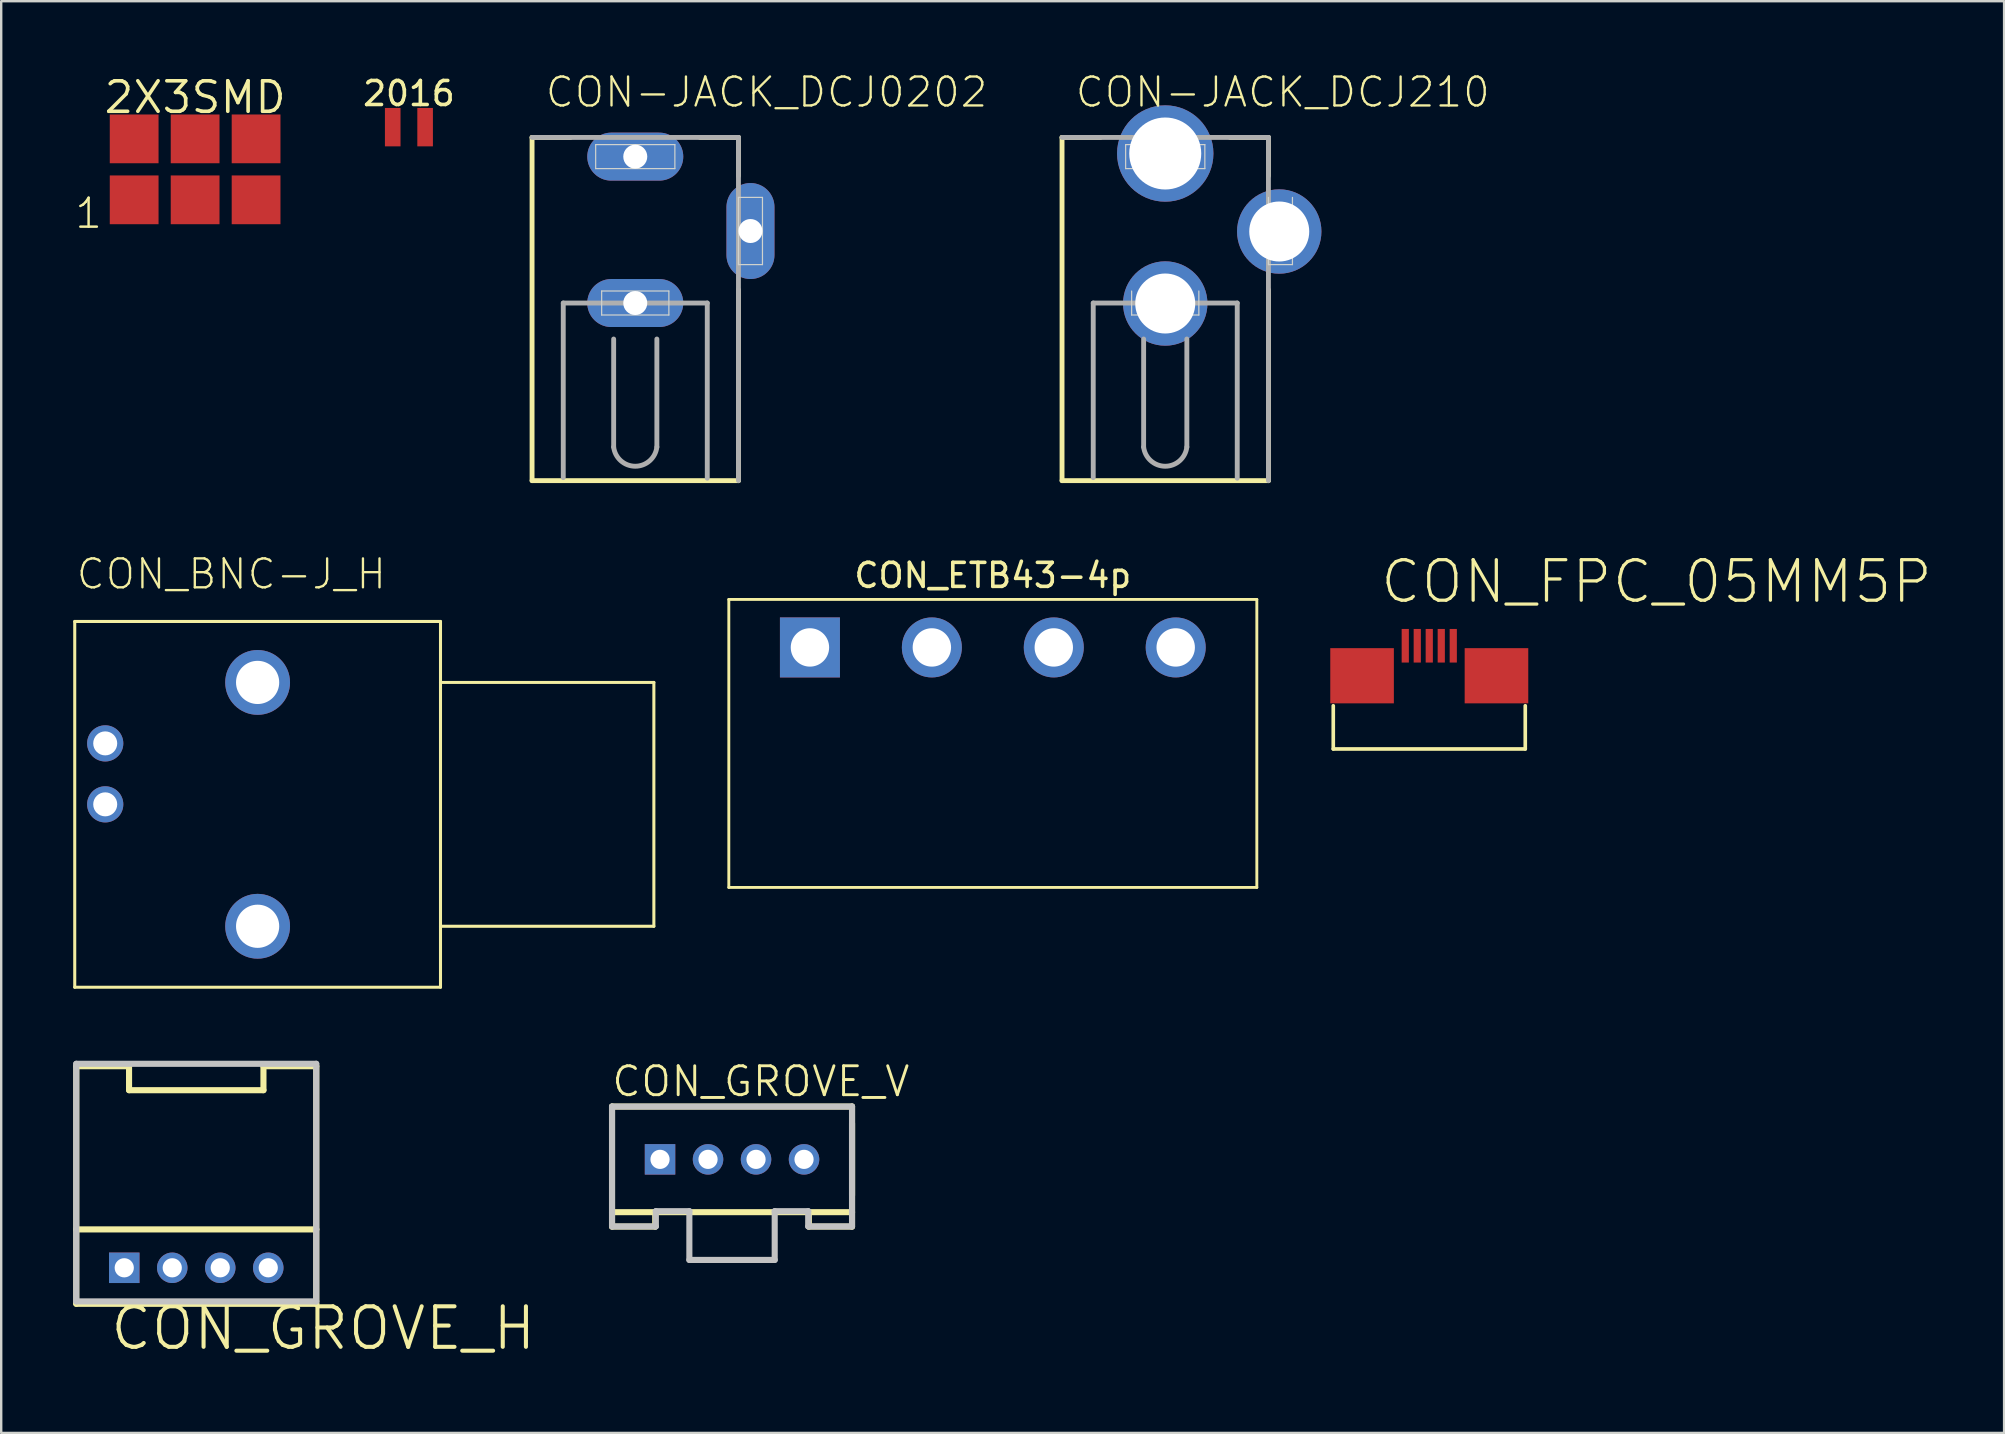
<source format=kicad_pcb>
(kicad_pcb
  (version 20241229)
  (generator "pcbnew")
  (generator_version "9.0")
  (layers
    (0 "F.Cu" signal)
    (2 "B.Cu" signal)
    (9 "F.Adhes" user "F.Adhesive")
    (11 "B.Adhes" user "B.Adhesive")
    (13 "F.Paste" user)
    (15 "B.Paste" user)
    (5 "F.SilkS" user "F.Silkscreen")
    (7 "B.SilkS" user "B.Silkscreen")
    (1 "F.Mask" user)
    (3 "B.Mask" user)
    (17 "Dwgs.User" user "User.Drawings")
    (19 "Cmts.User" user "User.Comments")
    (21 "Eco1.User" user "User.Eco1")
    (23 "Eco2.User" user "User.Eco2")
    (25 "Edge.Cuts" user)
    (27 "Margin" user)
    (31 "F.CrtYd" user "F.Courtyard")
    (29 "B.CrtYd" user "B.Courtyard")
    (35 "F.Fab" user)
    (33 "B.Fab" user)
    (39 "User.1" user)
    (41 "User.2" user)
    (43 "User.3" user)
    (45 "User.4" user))
  (footprint "CON-JACK_DCJ210"
    (layer "F.Cu")
    (at 45.501 7.846)
    (property "Reference" "CON-JACK_DCJ210" (at -3.81 -6.35 0) (layer "F.SilkS") (effects (font (size 1.206 1.206) (thickness 0.097)) (justify left bottom)))
    (attr through_hole)
    (fp_line (start -4.3 -5.17) (end -4.3 9.13) (stroke (width 0.203) (type solid)) (layer "F.SilkS"))
    (fp_line (start -4.3 9.13) (end 4.3 9.13) (stroke (width 0.203) (type solid)) (layer "F.SilkS"))
    (fp_line (start -2.7 -5.17) (end -4.3 -5.17) (stroke (width 0.203) (type solid)) (layer "F.SilkS"))
    (fp_line (start 4.3 -5.17) (end 2.7 -5.17) (stroke (width 0.203) (type solid)) (layer "F.SilkS"))
    (fp_line (start 4.3 -3.57) (end 4.3 -5.17) (stroke (width 0.203) (type solid)) (layer "F.SilkS"))
    (fp_line (start 4.3 9.13) (end 4.3 1.18) (stroke (width 0.203) (type solid)) (layer "F.SilkS"))
    (fp_line (start -1.65 -4.87) (end 1.65 -4.87) (stroke (width 0.05) (type solid)) (layer "Edge.Cuts"))
    (fp_line (start -1.65 -3.87) (end -1.65 -4.87) (stroke (width 0.05) (type solid)) (layer "Edge.Cuts"))
    (fp_line (start -1.4 2.23) (end -1.4 1.23) (stroke (width 0.05) (type solid)) (layer "Edge.Cuts"))
    (fp_line (start 1.4 1.23) (end 1.4 2.23) (stroke (width 0.05) (type solid)) (layer "Edge.Cuts"))
    (fp_line (start 1.4 2.23) (end -1.4 2.23) (stroke (width 0.05) (type solid)) (layer "Edge.Cuts"))
    (fp_line (start 1.65 -4.87) (end 1.65 -3.87) (stroke (width 0.05) (type solid)) (layer "Edge.Cuts"))
    (fp_line (start 1.65 -3.87) (end -1.65 -3.87) (stroke (width 0.05) (type solid)) (layer "Edge.Cuts"))
    (fp_line (start 4.3 -2.67) (end 4.3 0.13) (stroke (width 0.05) (type solid)) (layer "Edge.Cuts"))
    (fp_line (start 4.3 0.13) (end 5.3 0.13) (stroke (width 0.05) (type solid)) (layer "Edge.Cuts"))
    (fp_line (start 5.3 0.13) (end 5.3 -2.67) (stroke (width 0.05) (type solid)) (layer "Edge.Cuts"))
    (fp_line (start -3 9.005) (end -3 1.73) (stroke (width 0.203) (type solid)) (layer "F.Fab"))
    (fp_line (start -0.9 7.73) (end -0.9 3.23) (stroke (width 0.203) (type solid)) (layer "F.Fab"))
    (fp_line (start 0.9 7.73) (end 0.9 3.23) (stroke (width 0.203) (type solid)) (layer "F.Fab"))
    (fp_line (start 3 1.73) (end -3 1.73) (stroke (width 0.203) (type solid)) (layer "F.Fab"))
    (fp_line (start 3 9.03) (end 3 1.73) (stroke (width 0.203) (type solid)) (layer "F.Fab"))
    (fp_line (start 4.3 -5.17) (end -4.3 -5.17) (stroke (width 0.203) (type solid)) (layer "F.Fab"))
    (fp_line (start 4.3 9.13) (end 4.3 -5.17) (stroke (width 0.203) (type solid)) (layer "F.Fab"))
    (fp_arc (start 0.9 7.729998) (mid 0.000001 8.530308) (end -0.9 7.73) (stroke (width 0.2032) (type solid)) (layer "F.Fab"))
    (pad "1" thru_hole circle (at 0 -4.5) (size 4.016 4.016) (drill 3) (layers "*.Cu" "*.Mask"))
    (pad "2" thru_hole circle (at 4.75 -1.25) (size 3.516 3.516) (drill 2.5) (layers "*.Cu" "*.Mask"))
    (pad "3" thru_hole circle (at 0 1.75) (size 3.516 3.516) (drill 2.5) (layers "*.Cu" "*.Mask")))
  (footprint "CON_BNC-J_H"
    (layer "F.Cu")
    (at 7.684 30.464)
    (property "Reference" "CON_BNC-J_H" (at -7.62 -8.89 0) (layer "F.SilkS") (effects (font (size 1.206 1.206) (thickness 0.097)) (justify left bottom)))
    (attr through_hole)
    (fp_line (start -7.62 -7.62) (end 7.62 -7.62) (stroke (width 0.127) (type solid)) (layer "F.SilkS"))
    (fp_line (start -7.62 7.62) (end -7.62 -7.62) (stroke (width 0.127) (type solid)) (layer "F.SilkS"))
    (fp_line (start 7.62 -7.62) (end 7.62 -5.08) (stroke (width 0.127) (type solid)) (layer "F.SilkS"))
    (fp_line (start 7.62 -5.08) (end 7.62 5.08) (stroke (width 0.127) (type solid)) (layer "F.SilkS"))
    (fp_line (start 7.62 -5.08) (end 16.51 -5.08) (stroke (width 0.127) (type solid)) (layer "F.SilkS"))
    (fp_line (start 7.62 5.08) (end 7.62 7.62) (stroke (width 0.127) (type solid)) (layer "F.SilkS"))
    (fp_line (start 7.62 7.62) (end -7.62 7.62) (stroke (width 0.127) (type solid)) (layer "F.SilkS"))
    (fp_line (start 16.51 -5.08) (end 16.51 5.08) (stroke (width 0.127) (type solid)) (layer "F.SilkS"))
    (fp_line (start 16.51 5.08) (end 7.62 5.08) (stroke (width 0.127) (type solid)) (layer "F.SilkS"))
    (pad "B1" thru_hole circle (at 0 -5.08) (size 2.7 2.7) (drill 1.8) (layers "*.Cu" "*.Mask"))
    (pad "B2" thru_hole circle (at 0 5.08) (size 2.7 2.7) (drill 1.8) (layers "*.Cu" "*.Mask"))
    (pad "GND" thru_hole circle (at -6.35 -2.54) (size 1.508 1.508) (drill 1) (layers "*.Cu" "*.Mask"))
    (pad "SIG" thru_hole circle (at -6.35 0) (size 1.508 1.508) (drill 1) (layers "*.Cu" "*.Mask")))
  (footprint "CON_ETB43-4p"
    (layer "F.Cu")
    (at 38.317 23.926)
    (property "Reference" "CON_ETB43-4p" (at 0 -3 0) (layer "F.SilkS") (effects (font (size 1 1) (thickness 0.15))))
    (attr through_hole)
    (fp_line (start -11 -2) (end 11 -2) (stroke (width 0.12) (type solid)) (layer "F.SilkS"))
    (fp_line (start -11 10) (end -11 -2) (stroke (width 0.12) (type solid)) (layer "F.SilkS"))
    (fp_line (start 11 -2) (end 11 10) (stroke (width 0.12) (type solid)) (layer "F.SilkS"))
    (fp_line (start 11 10) (end -11 10) (stroke (width 0.12) (type solid)) (layer "F.SilkS"))
    (pad "1" thru_hole rect (at -7.62 0) (size 2.5 2.5) (drill 1.6) (layers "*.Cu" "*.Mask"))
    (pad "2" thru_hole circle (at -2.54 0) (size 2.5 2.5) (drill 1.6) (layers "*.Cu" "*.Mask"))
    (pad "3" thru_hole circle (at 2.54 0) (size 2.5 2.5) (drill 1.6) (layers "*.Cu" "*.Mask"))
    (pad "4" thru_hole circle (at 7.62 0) (size 2.5 2.5) (drill 1.6) (layers "*.Cu" "*.Mask")))
  (footprint "2X3SMD"
    (layer "F.Cu")
    (at 5.08 4.006)
    (property "Reference" "2X3SMD" (at 0 -3 0) (layer "F.SilkS") (effects (font (size 1.27 1.27) (thickness 0.15))))
    (attr smd)
    (fp_text user "1" (at -5.08 2.54 0) (layer "F.SilkS") (effects (font (size 1.206 1.206) (thickness 0.102)) (justify left bottom)))
    (pad "1" smd rect (at -2.54 1.27) (size 2.032 2.032) (layers "F.Cu" "F.Mask"))
    (pad "2" smd rect (at -2.54 -1.27) (size 2.032 2.032) (layers "F.Cu" "F.Mask"))
    (pad "3" smd rect (at 0 1.27) (size 2.032 2.032) (layers "F.Cu" "F.Mask"))
    (pad "4" smd rect (at 0 -1.27) (size 2.032 2.032) (layers "F.Cu" "F.Mask"))
    (pad "5" smd rect (at 2.54 1.27) (size 2.032 2.032) (layers "F.Cu" "F.Mask"))
    (pad "6" smd rect (at 2.54 -1.27) (size 2.032 2.032) (layers "F.Cu" "F.Mask")))
  (footprint "CON_GROVE_H"
    (layer "F.Cu")
    (at 5.127 49.774)
    (property "Reference" "CON_GROVE_H" (at -3.667 3.508 0) (layer "F.SilkS") (effects (font (size 1.689 1.689) (thickness 0.169)) (justify left bottom)))
    (attr through_hole)
    (fp_line (start -5 -8.4) (end -5 -1.6) (stroke (width 0.254) (type solid)) (layer "F.SilkS"))
    (fp_line (start -5 -8.4) (end -2.8 -8.4) (stroke (width 0.254) (type solid)) (layer "F.SilkS"))
    (fp_line (start -5 -1.6) (end -5 1.5) (stroke (width 0.254) (type solid)) (layer "F.SilkS"))
    (fp_line (start -5 -1.6) (end 5 -1.6) (stroke (width 0.254) (type solid)) (layer "F.SilkS"))
    (fp_line (start -5 -1) (end -5 1) (stroke (width 0.127) (type solid)) (layer "F.SilkS"))
    (fp_line (start -5 1.5) (end 5 1.5) (stroke (width 0.254) (type solid)) (layer "F.SilkS"))
    (fp_line (start -2.8 -8.4) (end -2.8 -7.4) (stroke (width 0.254) (type solid)) (layer "F.SilkS"))
    (fp_line (start -2.8 -7.4) (end 2.8 -7.4) (stroke (width 0.254) (type solid)) (layer "F.SilkS"))
    (fp_line (start 2.8 -8.4) (end 5 -8.4) (stroke (width 0.254) (type solid)) (layer "F.SilkS"))
    (fp_line (start 2.8 -7.4) (end 2.8 -8.4) (stroke (width 0.254) (type solid)) (layer "F.SilkS"))
    (fp_line (start 5 -1.6) (end 5 -8.4) (stroke (width 0.254) (type solid)) (layer "F.SilkS"))
    (fp_line (start 5 1.5) (end 5 -1.6) (stroke (width 0.254) (type solid)) (layer "F.SilkS"))
    (fp_line (start -5 -8.5) (end 5 -8.5) (stroke (width 0.254) (type solid)) (layer "Dwgs.User"))
    (fp_line (start -5 1.4) (end -5 -8.5) (stroke (width 0.254) (type solid)) (layer "Dwgs.User"))
    (fp_line (start 5 -8.5) (end 5 1.4) (stroke (width 0.254) (type solid)) (layer "Dwgs.User"))
    (fp_line (start 5 1.4) (end -5 1.4) (stroke (width 0.254) (type solid)) (layer "Dwgs.User"))
    (pad "1" thru_hole rect (at -3 0) (size 1.27 1.27) (drill 0.8) (layers "*.Cu" "*.Mask"))
    (pad "2" thru_hole circle (at -1 0) (size 1.27 1.27) (drill 0.8) (layers "*.Cu" "*.Mask"))
    (pad "3" thru_hole circle (at 1 0) (size 1.27 1.27) (drill 0.8) (layers "*.Cu" "*.Mask"))
    (pad "4" thru_hole circle (at 3 0) (size 1.27 1.27) (drill 0.8) (layers "*.Cu" "*.Mask")))
  (footprint "CON-JACK_DCJ0202"
    (layer "F.Cu")
    (at 23.419 6.576)
    (property "Reference" "CON-JACK_DCJ0202" (at -3.81 -5.08 0) (layer "F.SilkS") (effects (font (size 1.206 1.206) (thickness 0.097)) (justify left bottom)))
    (attr through_hole)
    (fp_line (start -4.3 -3.9) (end -4.3 10.4) (stroke (width 0.203) (type solid)) (layer "F.SilkS"))
    (fp_line (start -4.3 10.4) (end 4.3 10.4) (stroke (width 0.203) (type solid)) (layer "F.SilkS"))
    (fp_line (start -2.7 -3.9) (end -4.3 -3.9) (stroke (width 0.203) (type solid)) (layer "F.SilkS"))
    (fp_line (start 4.3 -3.9) (end 2.7 -3.9) (stroke (width 0.203) (type solid)) (layer "F.SilkS"))
    (fp_line (start 4.3 -2.3) (end 4.3 -3.9) (stroke (width 0.203) (type solid)) (layer "F.SilkS"))
    (fp_line (start 4.3 10.4) (end 4.3 2.45) (stroke (width 0.203) (type solid)) (layer "F.SilkS"))
    (fp_line (start -1.65 -3.6) (end 1.65 -3.6) (stroke (width 0.05) (type solid)) (layer "Edge.Cuts"))
    (fp_line (start -1.65 -2.6) (end -1.65 -3.6) (stroke (width 0.05) (type solid)) (layer "Edge.Cuts"))
    (fp_line (start -1.4 2.5) (end 1.4 2.5) (stroke (width 0.05) (type solid)) (layer "Edge.Cuts"))
    (fp_line (start -1.4 3.5) (end -1.4 2.5) (stroke (width 0.05) (type solid)) (layer "Edge.Cuts"))
    (fp_line (start 1.4 2.5) (end 1.4 3.5) (stroke (width 0.05) (type solid)) (layer "Edge.Cuts"))
    (fp_line (start 1.4 3.5) (end -1.4 3.5) (stroke (width 0.05) (type solid)) (layer "Edge.Cuts"))
    (fp_line (start 1.65 -3.6) (end 1.65 -2.6) (stroke (width 0.05) (type solid)) (layer "Edge.Cuts"))
    (fp_line (start 1.65 -2.6) (end -1.65 -2.6) (stroke (width 0.05) (type solid)) (layer "Edge.Cuts"))
    (fp_line (start 4.3 -1.4) (end 4.3 1.4) (stroke (width 0.05) (type solid)) (layer "Edge.Cuts"))
    (fp_line (start 4.3 1.4) (end 5.3 1.4) (stroke (width 0.05) (type solid)) (layer "Edge.Cuts"))
    (fp_line (start 5.3 -1.4) (end 4.3 -1.4) (stroke (width 0.05) (type solid)) (layer "Edge.Cuts"))
    (fp_line (start 5.3 1.4) (end 5.3 -1.4) (stroke (width 0.05) (type solid)) (layer "Edge.Cuts"))
    (fp_line (start -3 10.275) (end -3 3) (stroke (width 0.203) (type solid)) (layer "F.Fab"))
    (fp_line (start -0.9 9) (end -0.9 4.5) (stroke (width 0.203) (type solid)) (layer "F.Fab"))
    (fp_line (start 0.9 9) (end 0.9 4.5) (stroke (width 0.203) (type solid)) (layer "F.Fab"))
    (fp_line (start 3 3) (end -3 3) (stroke (width 0.203) (type solid)) (layer "F.Fab"))
    (fp_line (start 3 10.3) (end 3 3) (stroke (width 0.203) (type solid)) (layer "F.Fab"))
    (fp_line (start 4.3 -3.9) (end -4.3 -3.9) (stroke (width 0.203) (type solid)) (layer "F.Fab"))
    (fp_line (start 4.3 10.4) (end 4.3 -3.9) (stroke (width 0.203) (type solid)) (layer "F.Fab"))
    (fp_arc (start 0.9 8.999998) (mid 0.000001 9.800308) (end -0.9 9) (stroke (width 0.2032) (type solid)) (layer "F.Fab"))
    (pad "1" thru_hole oval (at 0 -3.1 180) (size 4 2) (drill 1) (layers "*.Cu" "*.Mask"))
    (pad "2" thru_hole oval (at 4.8 0 90) (size 4 2) (drill 1) (layers "*.Cu" "*.Mask"))
    (pad "3" thru_hole oval (at 0 3 180) (size 4 2) (drill 1) (layers "*.Cu" "*.Mask")))
  (footprint "CON_FPC_05MM5P"
    (layer "F.Cu")
    (at 56.502 25.856)
    (property "Reference" "CON_FPC_05MM5P" (at -2.121 -3.684 0) (layer "F.SilkS") (effects (font (size 1.689 1.689) (thickness 0.135)) (justify left bottom)))
    (attr smd)
    (fp_line (start -4 2.3) (end -4 0.5) (stroke (width 0.152) (type solid)) (layer "F.SilkS"))
    (fp_line (start -4 2.3) (end 4 2.3) (stroke (width 0.152) (type solid)) (layer "F.SilkS"))
    (fp_line (start 4 2.3) (end 4 0.5) (stroke (width 0.152) (type solid)) (layer "F.SilkS"))
    (pad "1" smd rect (at -1 -2 180) (size 0.3 1.4) (layers "F.Cu" "F.Mask" "F.Paste"))
    (pad "2" smd rect (at -0.5 -2 180) (size 0.3 1.4) (layers "F.Cu" "F.Mask" "F.Paste"))
    (pad "3" smd rect (at 0 -2 180) (size 0.3 1.4) (layers "F.Cu" "F.Mask" "F.Paste"))
    (pad "4" smd rect (at 0.5 -2 180) (size 0.3 1.4) (layers "F.Cu" "F.Mask" "F.Paste"))
    (pad "5" smd rect (at 1 -2 180) (size 0.3 1.4) (layers "F.Cu" "F.Mask" "F.Paste"))
    (pad "BDY" smd rect (at -2.8 -0.75 180) (size 2.65 2.3) (layers "F.Cu" "F.Mask" "F.Paste"))
    (pad "BDY" smd rect (at 2.8 -0.75 180) (size 2.65 2.3) (layers "F.Cu" "F.Mask" "F.Paste")))
  (footprint "2016"
    (layer "F.Cu")
    (at 13.988 2.248)
    (property "Reference" "2016" (at 0 -1.4 0) (layer "F.SilkS") (effects (font (size 1 1) (thickness 0.15))))
    (attr through_hole)
    (pad "1" smd rect (at -0.675 0) (size 0.65 1.6) (layers "F.Cu" "F.Mask" "F.Paste"))
    (pad "2" smd rect (at 0.675 0) (size 0.65 1.6) (layers "F.Cu" "F.Mask" "F.Paste")))
  (footprint "CON_GROVE_V"
    (layer "F.Cu")
    (at 27.451 45.256)
    (property "Reference" "CON_GROVE_V" (at -5.08 -2.54 0) (layer "F.SilkS") (effects (font (size 1.206 1.206) (thickness 0.121)) (justify left bottom)))
    (attr through_hole)
    (fp_line (start -5 -2.2) (end -5 2.2) (stroke (width 0.254) (type solid)) (layer "F.SilkS"))
    (fp_line (start -5 -2.2) (end 5 -2.2) (stroke (width 0.254) (type solid)) (layer "F.SilkS"))
    (fp_line (start -5 -1) (end -5 1) (stroke (width 0.127) (type solid)) (layer "F.SilkS"))
    (fp_line (start -5 2.2) (end -5 2.8) (stroke (width 0.254) (type solid)) (layer "F.SilkS"))
    (fp_line (start -5 2.2) (end -3.2 2.2) (stroke (width 0.254) (type solid)) (layer "F.SilkS"))
    (fp_line (start -5 2.8) (end -3.2 2.8) (stroke (width 0.254) (type solid)) (layer "F.SilkS"))
    (fp_line (start -3.2 2.2) (end 3.2 2.2) (stroke (width 0.254) (type solid)) (layer "F.SilkS"))
    (fp_line (start -3.2 2.8) (end -3.2 2.2) (stroke (width 0.254) (type solid)) (layer "F.SilkS"))
    (fp_line (start 3.2 2.2) (end 3.2 2.8) (stroke (width 0.254) (type solid)) (layer "F.SilkS"))
    (fp_line (start 3.2 2.2) (end 5 2.2) (stroke (width 0.254) (type solid)) (layer "F.SilkS"))
    (fp_line (start 3.2 2.8) (end 5 2.8) (stroke (width 0.254) (type solid)) (layer "F.SilkS"))
    (fp_line (start 5 -1.5) (end 5 1.5) (stroke (width 0.254) (type solid)) (layer "F.SilkS"))
    (fp_line (start 5 2.2) (end 5 -2.2) (stroke (width 0.254) (type solid)) (layer "F.SilkS"))
    (fp_line (start 5 2.8) (end 5 2.2) (stroke (width 0.254) (type solid)) (layer "F.SilkS"))
    (fp_line (start -5 -2.2) (end 5 -2.2) (stroke (width 0.254) (type solid)) (layer "Dwgs.User"))
    (fp_line (start -5 2.8) (end -5 -2.2) (stroke (width 0.254) (type solid)) (layer "Dwgs.User"))
    (fp_line (start -4.953 2.794) (end -3.175 2.794) (stroke (width 0.254) (type solid)) (layer "Dwgs.User"))
    (fp_line (start -3.175 2.159) (end -1.778 2.159) (stroke (width 0.254) (type solid)) (layer "Dwgs.User"))
    (fp_line (start -3.175 2.794) (end -3.175 2.159) (stroke (width 0.254) (type solid)) (layer "Dwgs.User"))
    (fp_line (start -1.778 2.159) (end -1.778 4.191) (stroke (width 0.254) (type solid)) (layer "Dwgs.User"))
    (fp_line (start -1.778 4.191) (end 1.778 4.191) (stroke (width 0.254) (type solid)) (layer "Dwgs.User"))
    (fp_line (start 1.778 2.159) (end 3.175 2.159) (stroke (width 0.254) (type solid)) (layer "Dwgs.User"))
    (fp_line (start 1.778 4.191) (end 1.778 2.159) (stroke (width 0.254) (type solid)) (layer "Dwgs.User"))
    (fp_line (start 3.175 2.159) (end 3.175 2.794) (stroke (width 0.254) (type solid)) (layer "Dwgs.User"))
    (fp_line (start 3.175 2.794) (end 4.953 2.794) (stroke (width 0.254) (type solid)) (layer "Dwgs.User"))
    (fp_line (start 5 -2.2) (end 5 2.8) (stroke (width 0.254) (type solid)) (layer "Dwgs.User"))
    (pad "1" thru_hole rect (at -3 0) (size 1.27 1.27) (drill 0.8) (layers "*.Cu" "*.Mask"))
    (pad "2" thru_hole circle (at -1 0) (size 1.27 1.27) (drill 0.8) (layers "*.Cu" "*.Mask"))
    (pad "3" thru_hole circle (at 1 0) (size 1.27 1.27) (drill 0.8) (layers "*.Cu" "*.Mask"))
    (pad "4" thru_hole circle (at 3 0) (size 1.27 1.27) (drill 0.8) (layers "*.Cu" "*.Mask")))
  (gr_rect
    (start -3 -3)
    (end 80.453 56.656)
    (stroke (width 0.1) (type default))
    (fill no)
    (layer "Edge.Cuts")))
</source>
